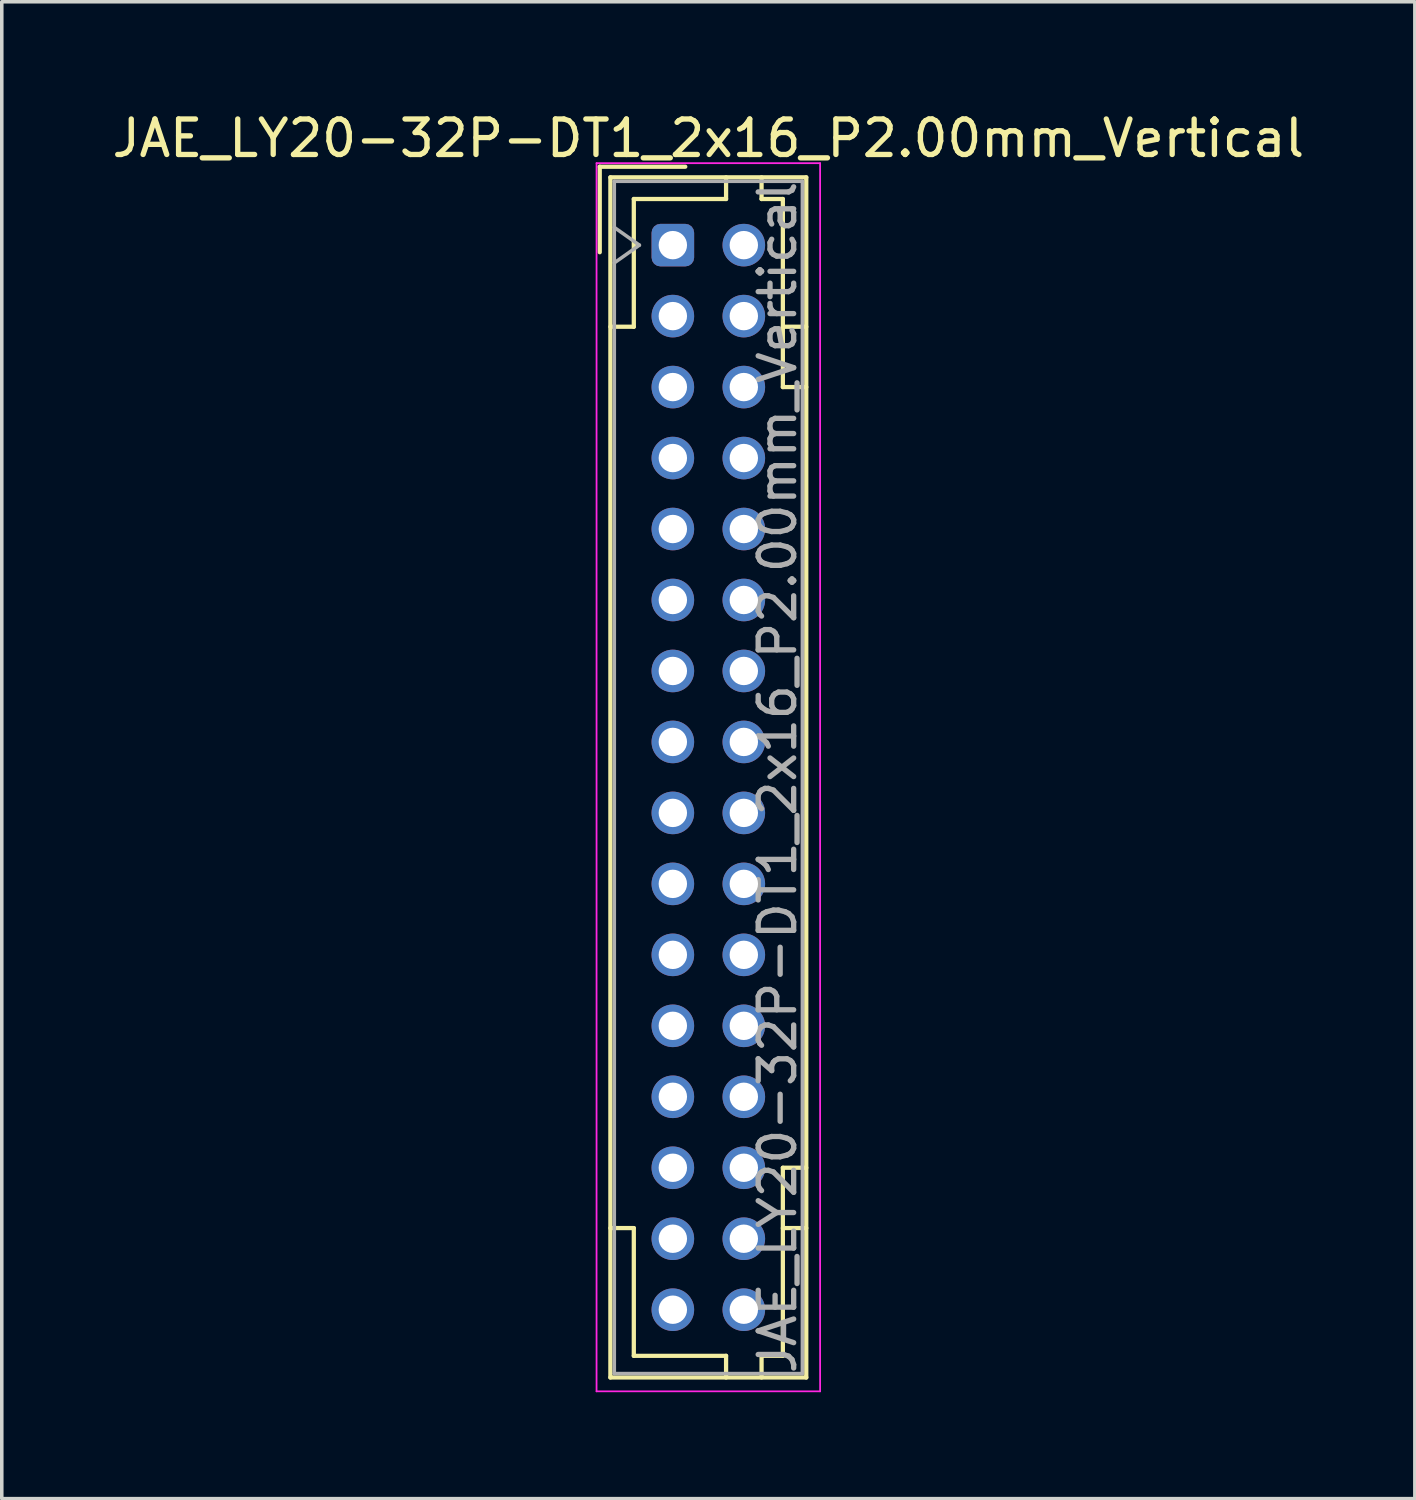
<source format=kicad_pcb>
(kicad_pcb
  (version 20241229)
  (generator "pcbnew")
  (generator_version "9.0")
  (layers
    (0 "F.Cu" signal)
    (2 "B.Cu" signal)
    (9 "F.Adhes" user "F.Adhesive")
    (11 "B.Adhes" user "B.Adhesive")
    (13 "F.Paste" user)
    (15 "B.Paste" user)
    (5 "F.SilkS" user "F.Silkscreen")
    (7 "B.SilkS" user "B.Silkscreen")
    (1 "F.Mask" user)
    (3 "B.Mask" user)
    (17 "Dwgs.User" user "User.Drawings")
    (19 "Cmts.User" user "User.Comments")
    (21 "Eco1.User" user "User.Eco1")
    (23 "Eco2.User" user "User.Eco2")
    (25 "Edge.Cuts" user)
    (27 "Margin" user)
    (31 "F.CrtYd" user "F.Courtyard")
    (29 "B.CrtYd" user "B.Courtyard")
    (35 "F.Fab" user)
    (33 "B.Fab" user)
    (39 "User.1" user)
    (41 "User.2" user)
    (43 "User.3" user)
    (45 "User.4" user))
  (footprint "JAE_LY20-32P-DT1_2x16_P2.00mm_Vertical"
    (layer "F.Cu")
    (at 15.911 3.858)
    (property "Reference" "JAE_LY20-32P-DT1_2x16_P2.00mm_Vertical" (at 1 -3.01 0) (layer "F.SilkS") (effects (font (size 1 1) (thickness 0.15))))
    (attr through_hole)
    (fp_line (start -2.06 -2.21) (end -2.06 0.2) (stroke (width 0.12) (type solid)) (layer "F.SilkS"))
    (fp_line (start -1.76 -1.91) (end -1.76 31.91) (stroke (width 0.12) (type solid)) (layer "F.SilkS"))
    (fp_line (start -1.76 31.91) (end 3.76 31.91) (stroke (width 0.12) (type solid)) (layer "F.SilkS"))
    (fp_line (start -1.1 -1.3) (end -1.1 2.3) (stroke (width 0.12) (type solid)) (layer "F.SilkS"))
    (fp_line (start -1.1 2.3) (end -1.76 2.3) (stroke (width 0.12) (type solid)) (layer "F.SilkS"))
    (fp_line (start -1.1 27.7) (end -1.76 27.7) (stroke (width 0.12) (type solid)) (layer "F.SilkS"))
    (fp_line (start -1.1 31.3) (end -1.1 27.7) (stroke (width 0.12) (type solid)) (layer "F.SilkS"))
    (fp_line (start 0.35 -2.21) (end -2.06 -2.21) (stroke (width 0.12) (type solid)) (layer "F.SilkS"))
    (fp_line (start 1.5 -1.91) (end 1.5 -1.3) (stroke (width 0.12) (type solid)) (layer "F.SilkS"))
    (fp_line (start 1.5 -1.3) (end -1.1 -1.3) (stroke (width 0.12) (type solid)) (layer "F.SilkS"))
    (fp_line (start 1.5 31.3) (end -1.1 31.3) (stroke (width 0.12) (type solid)) (layer "F.SilkS"))
    (fp_line (start 1.5 31.91) (end 1.5 31.3) (stroke (width 0.12) (type solid)) (layer "F.SilkS"))
    (fp_line (start 2.5 -1.91) (end 2.5 -1.3) (stroke (width 0.12) (type solid)) (layer "F.SilkS"))
    (fp_line (start 2.5 -1.3) (end 3.1 -1.3) (stroke (width 0.12) (type solid)) (layer "F.SilkS"))
    (fp_line (start 2.5 31.3) (end 3.1 31.3) (stroke (width 0.12) (type solid)) (layer "F.SilkS"))
    (fp_line (start 2.5 31.91) (end 2.5 31.3) (stroke (width 0.12) (type solid)) (layer "F.SilkS"))
    (fp_line (start 3.1 -1.3) (end 3.1 4) (stroke (width 0.12) (type solid)) (layer "F.SilkS"))
    (fp_line (start 3.1 4) (end 3.76 4) (stroke (width 0.12) (type solid)) (layer "F.SilkS"))
    (fp_line (start 3.1 26) (end 3.76 26) (stroke (width 0.12) (type solid)) (layer "F.SilkS"))
    (fp_line (start 3.1 31.3) (end 3.1 26) (stroke (width 0.12) (type solid)) (layer "F.SilkS"))
    (fp_line (start 3.76 -1.91) (end -1.76 -1.91) (stroke (width 0.12) (type solid)) (layer "F.SilkS"))
    (fp_line (start 3.76 2.3) (end 3.1 2.3) (stroke (width 0.12) (type solid)) (layer "F.SilkS"))
    (fp_line (start 3.76 27.7) (end 3.1 27.7) (stroke (width 0.12) (type solid)) (layer "F.SilkS"))
    (fp_line (start 3.76 31.91) (end 3.76 -1.91) (stroke (width 0.12) (type solid)) (layer "F.SilkS"))
    (fp_line (start -2.15 -2.31) (end -2.15 32.3) (stroke (width 0.05) (type solid)) (layer "F.CrtYd"))
    (fp_line (start -2.15 32.3) (end 4.15 32.3) (stroke (width 0.05) (type solid)) (layer "F.CrtYd"))
    (fp_line (start 4.15 -2.31) (end -2.15 -2.31) (stroke (width 0.05) (type solid)) (layer "F.CrtYd"))
    (fp_line (start 4.15 32.3) (end 4.15 -2.31) (stroke (width 0.05) (type solid)) (layer "F.CrtYd"))
    (fp_line (start -1.65 -1.8) (end -1.65 31.8) (stroke (width 0.1) (type solid)) (layer "F.Fab"))
    (fp_line (start -1.65 0.5) (end -0.943 0) (stroke (width 0.1) (type solid)) (layer "F.Fab"))
    (fp_line (start -1.65 31.8) (end 3.65 31.8) (stroke (width 0.1) (type solid)) (layer "F.Fab"))
    (fp_line (start -0.943 0) (end -1.65 -0.5) (stroke (width 0.1) (type solid)) (layer "F.Fab"))
    (fp_line (start 3.65 -1.8) (end -1.65 -1.8) (stroke (width 0.1) (type solid)) (layer "F.Fab"))
    (fp_line (start 3.65 31.8) (end 3.65 -1.8) (stroke (width 0.1) (type solid)) (layer "F.Fab"))
    (fp_text user "${REFERENCE}" (at 2.95 15 90) (layer "F.Fab") (effects (font (size 1 1) (thickness 0.15))))
    (pad "a1" thru_hole roundrect (at 0 0) (size 1.2 1.2) (drill 0.8) (layers "*.Cu" "*.Mask") (roundrect_rratio 0.208))
    (pad "a2" thru_hole circle (at 0 2) (size 1.2 1.2) (drill 0.8) (layers "*.Cu" "*.Mask"))
    (pad "a3" thru_hole circle (at 0 4) (size 1.2 1.2) (drill 0.8) (layers "*.Cu" "*.Mask"))
    (pad "a4" thru_hole circle (at 0 6) (size 1.2 1.2) (drill 0.8) (layers "*.Cu" "*.Mask"))
    (pad "a5" thru_hole circle (at 0 8) (size 1.2 1.2) (drill 0.8) (layers "*.Cu" "*.Mask"))
    (pad "a6" thru_hole circle (at 0 10) (size 1.2 1.2) (drill 0.8) (layers "*.Cu" "*.Mask"))
    (pad "a7" thru_hole circle (at 0 12) (size 1.2 1.2) (drill 0.8) (layers "*.Cu" "*.Mask"))
    (pad "a8" thru_hole circle (at 0 14) (size 1.2 1.2) (drill 0.8) (layers "*.Cu" "*.Mask"))
    (pad "a9" thru_hole circle (at 0 16) (size 1.2 1.2) (drill 0.8) (layers "*.Cu" "*.Mask"))
    (pad "a10" thru_hole circle (at 0 18) (size 1.2 1.2) (drill 0.8) (layers "*.Cu" "*.Mask"))
    (pad "a11" thru_hole circle (at 0 20) (size 1.2 1.2) (drill 0.8) (layers "*.Cu" "*.Mask"))
    (pad "a12" thru_hole circle (at 0 22) (size 1.2 1.2) (drill 0.8) (layers "*.Cu" "*.Mask"))
    (pad "a13" thru_hole circle (at 0 24) (size 1.2 1.2) (drill 0.8) (layers "*.Cu" "*.Mask"))
    (pad "a14" thru_hole circle (at 0 26) (size 1.2 1.2) (drill 0.8) (layers "*.Cu" "*.Mask"))
    (pad "a15" thru_hole circle (at 0 28) (size 1.2 1.2) (drill 0.8) (layers "*.Cu" "*.Mask"))
    (pad "a16" thru_hole circle (at 0 30) (size 1.2 1.2) (drill 0.8) (layers "*.Cu" "*.Mask"))
    (pad "b1" thru_hole circle (at 2 0) (size 1.2 1.2) (drill 0.8) (layers "*.Cu" "*.Mask"))
    (pad "b2" thru_hole circle (at 2 2) (size 1.2 1.2) (drill 0.8) (layers "*.Cu" "*.Mask"))
    (pad "b3" thru_hole circle (at 2 4) (size 1.2 1.2) (drill 0.8) (layers "*.Cu" "*.Mask"))
    (pad "b4" thru_hole circle (at 2 6) (size 1.2 1.2) (drill 0.8) (layers "*.Cu" "*.Mask"))
    (pad "b5" thru_hole circle (at 2 8) (size 1.2 1.2) (drill 0.8) (layers "*.Cu" "*.Mask"))
    (pad "b6" thru_hole circle (at 2 10) (size 1.2 1.2) (drill 0.8) (layers "*.Cu" "*.Mask"))
    (pad "b7" thru_hole circle (at 2 12) (size 1.2 1.2) (drill 0.8) (layers "*.Cu" "*.Mask"))
    (pad "b8" thru_hole circle (at 2 14) (size 1.2 1.2) (drill 0.8) (layers "*.Cu" "*.Mask"))
    (pad "b9" thru_hole circle (at 2 16) (size 1.2 1.2) (drill 0.8) (layers "*.Cu" "*.Mask"))
    (pad "b10" thru_hole circle (at 2 18) (size 1.2 1.2) (drill 0.8) (layers "*.Cu" "*.Mask"))
    (pad "b11" thru_hole circle (at 2 20) (size 1.2 1.2) (drill 0.8) (layers "*.Cu" "*.Mask"))
    (pad "b12" thru_hole circle (at 2 22) (size 1.2 1.2) (drill 0.8) (layers "*.Cu" "*.Mask"))
    (pad "b13" thru_hole circle (at 2 24) (size 1.2 1.2) (drill 0.8) (layers "*.Cu" "*.Mask"))
    (pad "b14" thru_hole circle (at 2 26) (size 1.2 1.2) (drill 0.8) (layers "*.Cu" "*.Mask"))
    (pad "b15" thru_hole circle (at 2 28) (size 1.2 1.2) (drill 0.8) (layers "*.Cu" "*.Mask"))
    (pad "b16" thru_hole circle (at 2 30) (size 1.2 1.2) (drill 0.8) (layers "*.Cu" "*.Mask")))
  (gr_rect
    (start -3 -3)
    (end 36.821 39.183)
    (stroke (width 0.1) (type default))
    (fill no)
    (layer "Edge.Cuts")))
</source>
